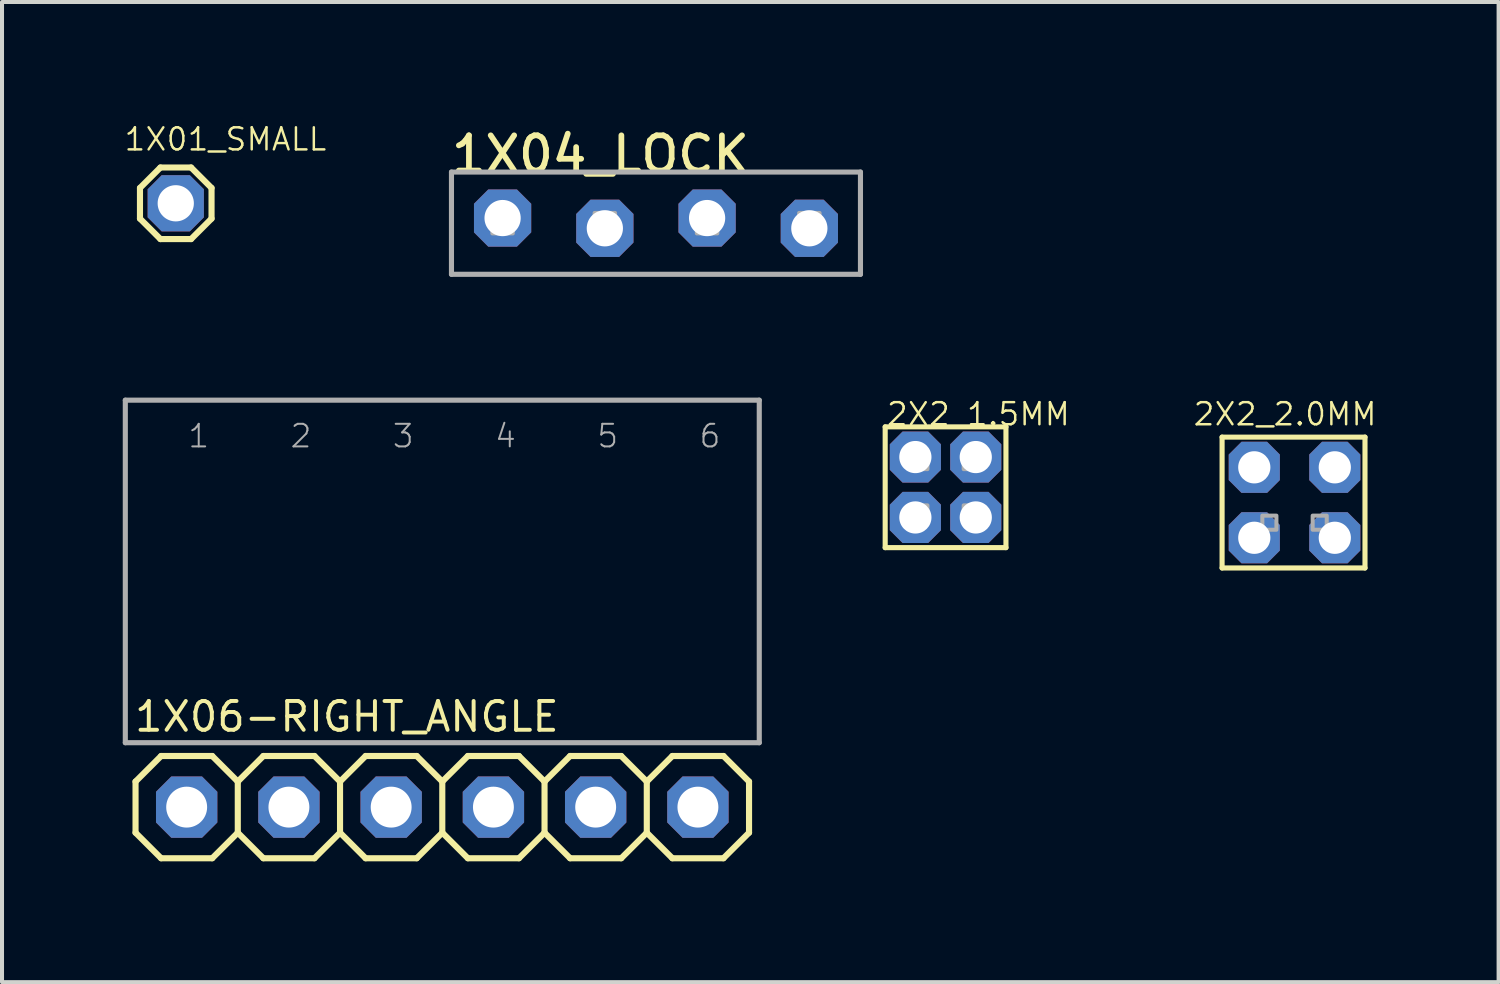
<source format=kicad_pcb>
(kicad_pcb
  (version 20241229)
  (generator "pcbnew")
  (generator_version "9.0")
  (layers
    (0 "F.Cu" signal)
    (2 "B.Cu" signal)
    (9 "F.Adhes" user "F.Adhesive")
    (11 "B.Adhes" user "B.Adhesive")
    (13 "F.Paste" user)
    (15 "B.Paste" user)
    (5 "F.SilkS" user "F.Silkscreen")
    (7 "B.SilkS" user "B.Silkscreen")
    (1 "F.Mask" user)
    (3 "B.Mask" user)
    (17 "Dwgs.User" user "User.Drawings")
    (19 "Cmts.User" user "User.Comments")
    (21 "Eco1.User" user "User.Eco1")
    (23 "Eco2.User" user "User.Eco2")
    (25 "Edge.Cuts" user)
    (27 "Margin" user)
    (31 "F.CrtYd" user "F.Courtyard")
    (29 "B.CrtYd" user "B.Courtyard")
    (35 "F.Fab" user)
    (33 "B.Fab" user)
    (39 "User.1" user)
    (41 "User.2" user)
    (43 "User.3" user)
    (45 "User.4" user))
  (footprint "1X06-RIGHT_ANGLE"
    (layer "F.Cu")
    (at 1.587 17)
    (property "Reference" "1X06-RIGHT_ANGLE" (at -1.346 -1.829 0) (layer "F.SilkS") (effects (font (size 0.715 0.715) (thickness 0.098)) (justify left bottom)))
    (fp_line (start -1.27 -0.635) (end -1.27 0.635) (stroke (width 0.152) (type solid)) (layer "F.SilkS"))
    (fp_line (start -1.27 0.635) (end -0.635 1.27) (stroke (width 0.152) (type solid)) (layer "F.SilkS"))
    (fp_line (start -0.635 -1.27) (end -1.27 -0.635) (stroke (width 0.152) (type solid)) (layer "F.SilkS"))
    (fp_line (start -0.635 -1.27) (end 0.635 -1.27) (stroke (width 0.152) (type solid)) (layer "F.SilkS"))
    (fp_line (start 0.635 -1.27) (end 1.27 -0.635) (stroke (width 0.152) (type solid)) (layer "F.SilkS"))
    (fp_line (start 0.635 1.27) (end -0.635 1.27) (stroke (width 0.152) (type solid)) (layer "F.SilkS"))
    (fp_line (start 1.27 -0.635) (end 1.27 0.635) (stroke (width 0.152) (type solid)) (layer "F.SilkS"))
    (fp_line (start 1.27 -0.635) (end 1.905 -1.27) (stroke (width 0.152) (type solid)) (layer "F.SilkS"))
    (fp_line (start 1.27 0.635) (end 0.635 1.27) (stroke (width 0.152) (type solid)) (layer "F.SilkS"))
    (fp_line (start 1.905 -1.27) (end 3.175 -1.27) (stroke (width 0.152) (type solid)) (layer "F.SilkS"))
    (fp_line (start 1.905 1.27) (end 1.27 0.635) (stroke (width 0.152) (type solid)) (layer "F.SilkS"))
    (fp_line (start 3.175 -1.27) (end 3.81 -0.635) (stroke (width 0.152) (type solid)) (layer "F.SilkS"))
    (fp_line (start 3.175 1.27) (end 1.905 1.27) (stroke (width 0.152) (type solid)) (layer "F.SilkS"))
    (fp_line (start 3.81 -0.635) (end 3.81 0.635) (stroke (width 0.152) (type solid)) (layer "F.SilkS"))
    (fp_line (start 3.81 -0.635) (end 4.445 -1.27) (stroke (width 0.152) (type solid)) (layer "F.SilkS"))
    (fp_line (start 3.81 0.635) (end 3.175 1.27) (stroke (width 0.152) (type solid)) (layer "F.SilkS"))
    (fp_line (start 4.445 -1.27) (end 5.715 -1.27) (stroke (width 0.152) (type solid)) (layer "F.SilkS"))
    (fp_line (start 4.445 1.27) (end 3.81 0.635) (stroke (width 0.152) (type solid)) (layer "F.SilkS"))
    (fp_line (start 5.715 -1.27) (end 6.35 -0.635) (stroke (width 0.152) (type solid)) (layer "F.SilkS"))
    (fp_line (start 5.715 1.27) (end 4.445 1.27) (stroke (width 0.152) (type solid)) (layer "F.SilkS"))
    (fp_line (start 6.35 -0.635) (end 6.35 0.635) (stroke (width 0.152) (type solid)) (layer "F.SilkS"))
    (fp_line (start 6.35 0.635) (end 5.715 1.27) (stroke (width 0.152) (type solid)) (layer "F.SilkS"))
    (fp_line (start 6.35 0.635) (end 6.985 1.27) (stroke (width 0.152) (type solid)) (layer "F.SilkS"))
    (fp_line (start 6.985 -1.27) (end 6.35 -0.635) (stroke (width 0.152) (type solid)) (layer "F.SilkS"))
    (fp_line (start 6.985 -1.27) (end 8.255 -1.27) (stroke (width 0.152) (type solid)) (layer "F.SilkS"))
    (fp_line (start 8.255 -1.27) (end 8.89 -0.635) (stroke (width 0.152) (type solid)) (layer "F.SilkS"))
    (fp_line (start 8.255 1.27) (end 6.985 1.27) (stroke (width 0.152) (type solid)) (layer "F.SilkS"))
    (fp_line (start 8.89 -0.635) (end 8.89 0.635) (stroke (width 0.152) (type solid)) (layer "F.SilkS"))
    (fp_line (start 8.89 -0.635) (end 9.525 -1.27) (stroke (width 0.152) (type solid)) (layer "F.SilkS"))
    (fp_line (start 8.89 0.635) (end 8.255 1.27) (stroke (width 0.152) (type solid)) (layer "F.SilkS"))
    (fp_line (start 9.525 -1.27) (end 10.795 -1.27) (stroke (width 0.152) (type solid)) (layer "F.SilkS"))
    (fp_line (start 9.525 1.27) (end 8.89 0.635) (stroke (width 0.152) (type solid)) (layer "F.SilkS"))
    (fp_line (start 10.795 -1.27) (end 11.43 -0.635) (stroke (width 0.152) (type solid)) (layer "F.SilkS"))
    (fp_line (start 10.795 1.27) (end 9.525 1.27) (stroke (width 0.152) (type solid)) (layer "F.SilkS"))
    (fp_line (start 11.43 -0.635) (end 11.43 0.635) (stroke (width 0.152) (type solid)) (layer "F.SilkS"))
    (fp_line (start 11.43 0.635) (end 10.795 1.27) (stroke (width 0.152) (type solid)) (layer "F.SilkS"))
    (fp_line (start 11.43 0.635) (end 12.065 1.27) (stroke (width 0.152) (type solid)) (layer "F.SilkS"))
    (fp_line (start 12.065 -1.27) (end 11.43 -0.635) (stroke (width 0.152) (type solid)) (layer "F.SilkS"))
    (fp_line (start 12.065 -1.27) (end 13.335 -1.27) (stroke (width 0.152) (type solid)) (layer "F.SilkS"))
    (fp_line (start 13.335 -1.27) (end 13.97 -0.635) (stroke (width 0.152) (type solid)) (layer "F.SilkS"))
    (fp_line (start 13.335 1.27) (end 12.065 1.27) (stroke (width 0.152) (type solid)) (layer "F.SilkS"))
    (fp_line (start 13.97 -0.635) (end 13.97 0.635) (stroke (width 0.152) (type solid)) (layer "F.SilkS"))
    (fp_line (start 13.97 0.635) (end 13.335 1.27) (stroke (width 0.152) (type solid)) (layer "F.SilkS"))
    (fp_line (start -1.524 -10.109) (end -1.524 -1.6) (stroke (width 0.127) (type solid)) (layer "F.Fab"))
    (fp_line (start -1.524 -1.6) (end 14.224 -1.6) (stroke (width 0.127) (type solid)) (layer "F.Fab"))
    (fp_line (start 14.224 -10.109) (end -1.524 -10.109) (stroke (width 0.127) (type solid)) (layer "F.Fab"))
    (fp_line (start 14.224 -1.6) (end 14.224 -10.109) (stroke (width 0.127) (type solid)) (layer "F.Fab"))
    (fp_poly (pts (xy -0.254 0.254) (xy 0.254 0.254) (xy 0.254 -0.254) (xy -0.254 -0.254)) (stroke (width 0.1) (type solid)) (fill no) (layer "F.Fab"))
    (fp_poly (pts (xy 2.286 0.254) (xy 2.794 0.254) (xy 2.794 -0.254) (xy 2.286 -0.254)) (stroke (width 0.1) (type solid)) (fill no) (layer "F.Fab"))
    (fp_poly (pts (xy 4.826 0.254) (xy 5.334 0.254) (xy 5.334 -0.254) (xy 4.826 -0.254)) (stroke (width 0.1) (type solid)) (fill no) (layer "F.Fab"))
    (fp_poly (pts (xy 7.366 0.254) (xy 7.874 0.254) (xy 7.874 -0.254) (xy 7.366 -0.254)) (stroke (width 0.1) (type solid)) (fill no) (layer "F.Fab"))
    (fp_poly (pts (xy 9.906 0.254) (xy 10.414 0.254) (xy 10.414 -0.254) (xy 9.906 -0.254)) (stroke (width 0.1) (type solid)) (fill no) (layer "F.Fab"))
    (fp_poly (pts (xy 12.446 0.254) (xy 12.954 0.254) (xy 12.954 -0.254) (xy 12.446 -0.254)) (stroke (width 0.1) (type solid)) (fill no) (layer "F.Fab"))
    (fp_text user "6" (at 12.7 -8.89 0) (layer "F.Fab") (effects (font (size 0.561 0.561) (thickness 0.049)) (justify left bottom)))
    (fp_text user "2" (at 2.54 -8.89 0) (layer "F.Fab") (effects (font (size 0.561 0.561) (thickness 0.049)) (justify left bottom)))
    (fp_text user "5" (at 10.16 -8.89 0) (layer "F.Fab") (effects (font (size 0.561 0.561) (thickness 0.049)) (justify left bottom)))
    (fp_text user "4" (at 7.62 -8.89 0) (layer "F.Fab") (effects (font (size 0.561 0.561) (thickness 0.049)) (justify left bottom)))
    (fp_text user "3" (at 5.08 -8.89 0) (layer "F.Fab") (effects (font (size 0.561 0.561) (thickness 0.049)) (justify left bottom)))
    (fp_text user "1" (at 0 -8.89 0) (layer "F.Fab") (effects (font (size 0.561 0.561) (thickness 0.049)) (justify left bottom)))
    (pad "1" thru_hole roundrect (at 0 0 90) (size 1.524 1.524) (drill 1.016) (layers "*.Cu" "*.Mask") (roundrect_rratio 0.25) (chamfer_ratio 0.25) (chamfer top_left top_right bottom_left bottom_right))
    (pad "2" thru_hole roundrect (at 2.54 0 90) (size 1.524 1.524) (drill 1.016) (layers "*.Cu" "*.Mask") (roundrect_rratio 0.25) (chamfer_ratio 0.25) (chamfer top_left top_right bottom_left bottom_right))
    (pad "3" thru_hole roundrect (at 5.08 0 90) (size 1.524 1.524) (drill 1.016) (layers "*.Cu" "*.Mask") (roundrect_rratio 0.25) (chamfer_ratio 0.25) (chamfer top_left top_right bottom_left bottom_right))
    (pad "4" thru_hole roundrect (at 7.62 0 90) (size 1.524 1.524) (drill 1.016) (layers "*.Cu" "*.Mask") (roundrect_rratio 0.25) (chamfer_ratio 0.25) (chamfer top_left top_right bottom_left bottom_right))
    (pad "5" thru_hole roundrect (at 10.16 0 90) (size 1.524 1.524) (drill 1.016) (layers "*.Cu" "*.Mask") (roundrect_rratio 0.25) (chamfer_ratio 0.25) (chamfer top_left top_right bottom_left bottom_right))
    (pad "6" thru_hole roundrect (at 12.7 0 90) (size 1.524 1.524) (drill 1.016) (layers "*.Cu" "*.Mask") (roundrect_rratio 0.25) (chamfer_ratio 0.25) (chamfer top_left top_right bottom_left bottom_right)))
  (footprint "1X04_LOCK"
    (layer "F.Cu")
    (at 13.245 2.494)
    (property "Reference" "1X04_LOCK" (at -5.156 -1.194 0) (layer "F.SilkS") (effects (font (size 0.874 0.874) (thickness 0.142)) (justify left bottom)))
    (fp_line (start -5.08 -1.27) (end 5.08 -1.27) (stroke (width 0.127) (type solid)) (layer "F.Fab"))
    (fp_line (start -5.08 1.27) (end -5.08 -1.27) (stroke (width 0.127) (type solid)) (layer "F.Fab"))
    (fp_line (start 5.08 -1.27) (end 5.08 1.27) (stroke (width 0.127) (type solid)) (layer "F.Fab"))
    (fp_line (start 5.08 1.27) (end -5.08 1.27) (stroke (width 0.127) (type solid)) (layer "F.Fab"))
    (fp_poly (pts (xy -4.064 0.254) (xy -3.556 0.254) (xy -3.556 -0.254) (xy -4.064 -0.254)) (stroke (width 0.1) (type solid)) (fill no) (layer "F.Fab"))
    (fp_poly (pts (xy -1.524 0.254) (xy -1.016 0.254) (xy -1.016 -0.254) (xy -1.524 -0.254)) (stroke (width 0.1) (type solid)) (fill no) (layer "F.Fab"))
    (fp_poly (pts (xy 1.016 0.254) (xy 1.524 0.254) (xy 1.524 -0.254) (xy 1.016 -0.254)) (stroke (width 0.1) (type solid)) (fill no) (layer "F.Fab"))
    (fp_poly (pts (xy 3.556 0.254) (xy 4.064 0.254) (xy 4.064 -0.254) (xy 3.556 -0.254)) (stroke (width 0.1) (type solid)) (fill no) (layer "F.Fab"))
    (pad "1" thru_hole roundrect (at -3.81 -0.127 90) (size 1.422 1.422) (drill 0.9) (layers "*.Cu" "*.Mask") (roundrect_rratio 0.25) (chamfer_ratio 0.25) (chamfer top_left top_right bottom_left bottom_right))
    (pad "2" thru_hole roundrect (at -1.27 0.127 90) (size 1.422 1.422) (drill 0.9) (layers "*.Cu" "*.Mask") (roundrect_rratio 0.25) (chamfer_ratio 0.25) (chamfer top_left top_right bottom_left bottom_right))
    (pad "3" thru_hole roundrect (at 1.27 -0.127 90) (size 1.422 1.422) (drill 0.9) (layers "*.Cu" "*.Mask") (roundrect_rratio 0.25) (chamfer_ratio 0.25) (chamfer top_left top_right bottom_left bottom_right))
    (pad "4" thru_hole roundrect (at 3.81 0.127 90) (size 1.422 1.422) (drill 0.9) (layers "*.Cu" "*.Mask") (roundrect_rratio 0.25) (chamfer_ratio 0.25) (chamfer top_left top_right bottom_left bottom_right)))
  (footprint "2X2_1.5MM"
    (layer "F.Cu")
    (at 20.439 9.054)
    (property "Reference" "2X2_1.5MM" (at -1.5 -1.495 0) (layer "F.SilkS") (effects (font (size 0.549 0.549) (thickness 0.061)) (justify left bottom)))
    (fp_line (start -1.5 -1.5) (end 1.5 -1.5) (stroke (width 0.127) (type solid)) (layer "F.SilkS"))
    (fp_line (start -1.5 1.5) (end -1.5 -1.5) (stroke (width 0.127) (type solid)) (layer "F.SilkS"))
    (fp_line (start 1.5 -1.5) (end 1.5 1.5) (stroke (width 0.127) (type solid)) (layer "F.SilkS"))
    (fp_line (start 1.5 1.5) (end -1.5 1.5) (stroke (width 0.127) (type solid)) (layer "F.SilkS"))
    (fp_poly (pts (xy -0.8 -0.45) (xy -0.45 -0.45) (xy -0.45 -0.8) (xy -0.8 -0.8)) (stroke (width 0.1) (type solid)) (fill no) (layer "F.Fab"))
    (fp_poly (pts (xy -0.8 0.8) (xy -0.45 0.8) (xy -0.45 0.45) (xy -0.8 0.45)) (stroke (width 0.1) (type solid)) (fill no) (layer "F.Fab"))
    (fp_poly (pts (xy 0.45 -0.45) (xy 0.8 -0.45) (xy 0.8 -0.8) (xy 0.45 -0.8)) (stroke (width 0.1) (type solid)) (fill no) (layer "F.Fab"))
    (fp_poly (pts (xy 0.45 0.8) (xy 0.8 0.8) (xy 0.8 0.45) (xy 0.45 0.45)) (stroke (width 0.1) (type solid)) (fill no) (layer "F.Fab"))
    (pad "P$1" thru_hole roundrect (at -0.75 -0.75) (size 1.27 1.27) (drill 0.8) (layers "*.Cu" "*.Mask") (roundrect_rratio 0.25) (chamfer_ratio 0.25) (chamfer top_left top_right bottom_left bottom_right))
    (pad "P$2" thru_hole roundrect (at 0.75 -0.75) (size 1.27 1.27) (drill 0.8) (layers "*.Cu" "*.Mask") (roundrect_rratio 0.25) (chamfer_ratio 0.25) (chamfer top_left top_right bottom_left bottom_right))
    (pad "P$3" thru_hole roundrect (at -0.75 0.75) (size 1.27 1.27) (drill 0.8) (layers "*.Cu" "*.Mask") (roundrect_rratio 0.25) (chamfer_ratio 0.25) (chamfer top_left top_right bottom_left bottom_right))
    (pad "P$4" thru_hole roundrect (at 0.75 0.75) (size 1.27 1.27) (drill 0.8) (layers "*.Cu" "*.Mask") (roundrect_rratio 0.25) (chamfer_ratio 0.25) (chamfer top_left top_right bottom_left bottom_right)))
  (footprint "2X2_2.0MM"
    (layer "F.Cu")
    (at 29.108 9.309)
    (property "Reference" "2X2_2.0MM" (at -2.55 -1.75 0) (layer "F.SilkS") (effects (font (size 0.549 0.549) (thickness 0.061)) (justify left bottom)))
    (fp_line (start -1.8 -1.5) (end 1.75 -1.5) (stroke (width 0.127) (type solid)) (layer "F.SilkS"))
    (fp_line (start -1.8 1.75) (end -1.8 -1.5) (stroke (width 0.127) (type solid)) (layer "F.SilkS"))
    (fp_line (start 1.75 -1.5) (end 1.75 1.75) (stroke (width 0.127) (type solid)) (layer "F.SilkS"))
    (fp_line (start 1.75 1.75) (end -1.8 1.75) (stroke (width 0.127) (type solid)) (layer "F.SilkS"))
    (fp_poly (pts (xy -0.8 0.8) (xy -0.45 0.8) (xy -0.45 0.45) (xy -0.8 0.45)) (stroke (width 0.1) (type solid)) (fill no) (layer "F.Fab"))
    (fp_poly (pts (xy 0.45 0.8) (xy 0.8 0.8) (xy 0.8 0.45) (xy 0.45 0.45)) (stroke (width 0.1) (type solid)) (fill no) (layer "F.Fab"))
    (pad "P$1" thru_hole roundrect (at -1 -0.75) (size 1.27 1.27) (drill 0.8) (layers "*.Cu" "*.Mask") (roundrect_rratio 0.25) (chamfer_ratio 0.25) (chamfer top_left top_right bottom_left bottom_right))
    (pad "P$2" thru_hole roundrect (at 1 -0.75) (size 1.27 1.27) (drill 0.8) (layers "*.Cu" "*.Mask") (roundrect_rratio 0.25) (chamfer_ratio 0.25) (chamfer top_left top_right bottom_left bottom_right))
    (pad "P$3" thru_hole roundrect (at -1 1) (size 1.27 1.27) (drill 0.8) (layers "*.Cu" "*.Mask") (roundrect_rratio 0.25) (chamfer_ratio 0.25) (chamfer top_left top_right bottom_left bottom_right))
    (pad "P$4" thru_hole roundrect (at 1 1) (size 1.27 1.27) (drill 0.8) (layers "*.Cu" "*.Mask") (roundrect_rratio 0.25) (chamfer_ratio 0.25) (chamfer top_left top_right bottom_left bottom_right)))
  (footprint "1X01_SMALL"
    (layer "F.Cu")
    (at 1.316 2)
    (property "Reference" "1X01_SMALL" (at -1.316 -1.269 0) (layer "F.SilkS") (effects (font (size 0.549 0.549) (thickness 0.061)) (justify left bottom)))
    (fp_line (start -0.889 -0.381) (end -0.889 0.381) (stroke (width 0.152) (type solid)) (layer "F.SilkS"))
    (fp_line (start -0.889 0.381) (end -0.381 0.889) (stroke (width 0.152) (type solid)) (layer "F.SilkS"))
    (fp_line (start -0.381 -0.889) (end -0.889 -0.381) (stroke (width 0.152) (type solid)) (layer "F.SilkS"))
    (fp_line (start -0.381 -0.889) (end 0.381 -0.889) (stroke (width 0.152) (type solid)) (layer "F.SilkS"))
    (fp_line (start 0.381 -0.889) (end 0.889 -0.381) (stroke (width 0.152) (type solid)) (layer "F.SilkS"))
    (fp_line (start 0.381 0.889) (end -0.381 0.889) (stroke (width 0.152) (type solid)) (layer "F.SilkS"))
    (fp_line (start 0.889 -0.381) (end 0.889 0.381) (stroke (width 0.152) (type solid)) (layer "F.SilkS"))
    (fp_line (start 0.889 0.381) (end 0.381 0.889) (stroke (width 0.152) (type solid)) (layer "F.SilkS"))
    (fp_poly (pts (xy -0.254 0.254) (xy 0.254 0.254) (xy 0.254 -0.254) (xy -0.254 -0.254)) (stroke (width 0.1) (type solid)) (fill no) (layer "F.Fab"))
    (pad "1" thru_hole roundrect (at 0 0) (size 1.397 1.397) (drill 0.9) (layers "*.Cu" "*.Mask") (roundrect_rratio 0.25) (chamfer_ratio 0.25) (chamfer top_left top_right bottom_left bottom_right)))
  (gr_rect
    (start -3 -3)
    (end 34.177 21.347)
    (stroke (width 0.1) (type default))
    (fill no)
    (layer "Edge.Cuts")))
</source>
